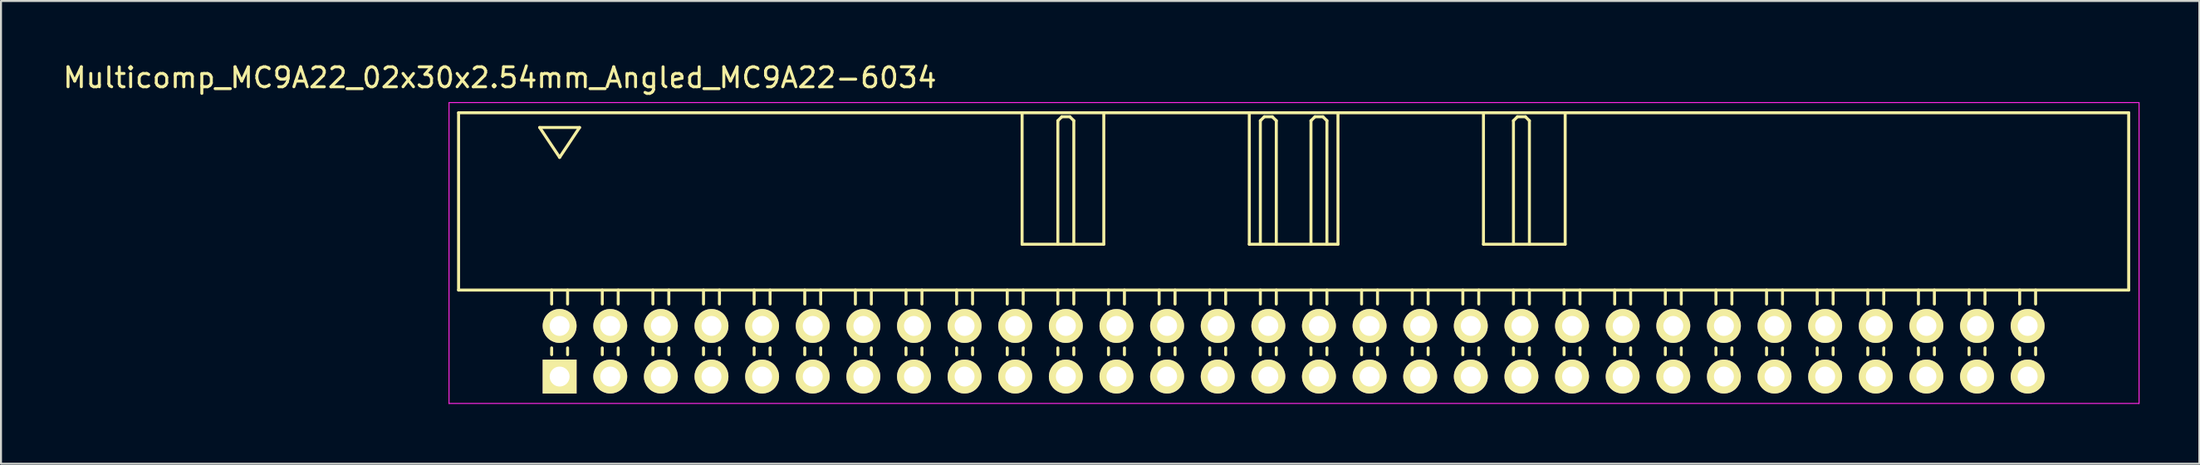
<source format=kicad_pcb>
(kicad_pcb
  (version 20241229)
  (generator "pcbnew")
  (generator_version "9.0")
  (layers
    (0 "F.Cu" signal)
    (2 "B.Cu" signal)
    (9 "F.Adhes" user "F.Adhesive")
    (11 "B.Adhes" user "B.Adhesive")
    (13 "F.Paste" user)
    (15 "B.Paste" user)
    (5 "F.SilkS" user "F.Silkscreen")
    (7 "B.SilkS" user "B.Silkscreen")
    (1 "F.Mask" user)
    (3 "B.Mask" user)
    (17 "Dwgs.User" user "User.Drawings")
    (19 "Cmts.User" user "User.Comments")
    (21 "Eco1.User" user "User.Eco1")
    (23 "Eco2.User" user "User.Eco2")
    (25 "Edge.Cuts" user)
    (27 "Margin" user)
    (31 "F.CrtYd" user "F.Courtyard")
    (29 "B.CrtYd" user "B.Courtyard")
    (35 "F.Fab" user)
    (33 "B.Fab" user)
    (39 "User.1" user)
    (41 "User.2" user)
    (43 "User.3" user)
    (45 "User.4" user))
  (footprint "Multicomp_MC9A22_02x30x2.54mm_Angled_MC9A22-6034"
    (layer "F.Cu")
    (at 25.03 15.848)
    (property "Reference" "Multicomp_MC9A22_02x30x2.54mm_Angled_MC9A22-6034" (at -3 -15 0) (layer "F.SilkS") (effects (font (size 1 1) (thickness 0.15))))
    (attr through_hole)
    (fp_line (start -5.07 -13.24) (end 78.73 -13.24) (stroke (width 0.15) (type solid)) (layer "F.SilkS"))
    (fp_line (start -5.07 -4.34) (end -5.07 -13.24) (stroke (width 0.15) (type solid)) (layer "F.SilkS"))
    (fp_line (start -1 -12.5) (end 1 -12.5) (stroke (width 0.15) (type solid)) (layer "F.SilkS"))
    (fp_line (start -0.4 -3.64) (end -0.4 -4.34) (stroke (width 0.15) (type solid)) (layer "F.SilkS"))
    (fp_line (start -0.4 -1.1) (end -0.4 -1.44) (stroke (width 0.15) (type solid)) (layer "F.SilkS"))
    (fp_line (start 0 -11) (end -1 -12.5) (stroke (width 0.15) (type solid)) (layer "F.SilkS"))
    (fp_line (start 0.4 -3.64) (end 0.4 -4.34) (stroke (width 0.15) (type solid)) (layer "F.SilkS"))
    (fp_line (start 0.4 -1.1) (end 0.4 -1.44) (stroke (width 0.15) (type solid)) (layer "F.SilkS"))
    (fp_line (start 1 -12.5) (end 0 -11) (stroke (width 0.15) (type solid)) (layer "F.SilkS"))
    (fp_line (start 2.14 -3.64) (end 2.14 -4.34) (stroke (width 0.15) (type solid)) (layer "F.SilkS"))
    (fp_line (start 2.14 -1.1) (end 2.14 -1.44) (stroke (width 0.15) (type solid)) (layer "F.SilkS"))
    (fp_line (start 2.94 -3.64) (end 2.94 -4.34) (stroke (width 0.15) (type solid)) (layer "F.SilkS"))
    (fp_line (start 2.94 -1.1) (end 2.94 -1.44) (stroke (width 0.15) (type solid)) (layer "F.SilkS"))
    (fp_line (start 4.68 -3.64) (end 4.68 -4.34) (stroke (width 0.15) (type solid)) (layer "F.SilkS"))
    (fp_line (start 4.68 -1.1) (end 4.68 -1.44) (stroke (width 0.15) (type solid)) (layer "F.SilkS"))
    (fp_line (start 5.48 -3.64) (end 5.48 -4.34) (stroke (width 0.15) (type solid)) (layer "F.SilkS"))
    (fp_line (start 5.48 -1.1) (end 5.48 -1.44) (stroke (width 0.15) (type solid)) (layer "F.SilkS"))
    (fp_line (start 7.22 -3.64) (end 7.22 -4.34) (stroke (width 0.15) (type solid)) (layer "F.SilkS"))
    (fp_line (start 7.22 -1.1) (end 7.22 -1.44) (stroke (width 0.15) (type solid)) (layer "F.SilkS"))
    (fp_line (start 8.02 -3.64) (end 8.02 -4.34) (stroke (width 0.15) (type solid)) (layer "F.SilkS"))
    (fp_line (start 8.02 -1.1) (end 8.02 -1.44) (stroke (width 0.15) (type solid)) (layer "F.SilkS"))
    (fp_line (start 9.76 -3.64) (end 9.76 -4.34) (stroke (width 0.15) (type solid)) (layer "F.SilkS"))
    (fp_line (start 9.76 -1.1) (end 9.76 -1.44) (stroke (width 0.15) (type solid)) (layer "F.SilkS"))
    (fp_line (start 10.56 -3.64) (end 10.56 -4.34) (stroke (width 0.15) (type solid)) (layer "F.SilkS"))
    (fp_line (start 10.56 -1.1) (end 10.56 -1.44) (stroke (width 0.15) (type solid)) (layer "F.SilkS"))
    (fp_line (start 12.3 -3.64) (end 12.3 -4.34) (stroke (width 0.15) (type solid)) (layer "F.SilkS"))
    (fp_line (start 12.3 -1.1) (end 12.3 -1.44) (stroke (width 0.15) (type solid)) (layer "F.SilkS"))
    (fp_line (start 13.1 -3.64) (end 13.1 -4.34) (stroke (width 0.15) (type solid)) (layer "F.SilkS"))
    (fp_line (start 13.1 -1.1) (end 13.1 -1.44) (stroke (width 0.15) (type solid)) (layer "F.SilkS"))
    (fp_line (start 14.84 -3.64) (end 14.84 -4.34) (stroke (width 0.15) (type solid)) (layer "F.SilkS"))
    (fp_line (start 14.84 -1.1) (end 14.84 -1.44) (stroke (width 0.15) (type solid)) (layer "F.SilkS"))
    (fp_line (start 15.64 -3.64) (end 15.64 -4.34) (stroke (width 0.15) (type solid)) (layer "F.SilkS"))
    (fp_line (start 15.64 -1.1) (end 15.64 -1.44) (stroke (width 0.15) (type solid)) (layer "F.SilkS"))
    (fp_line (start 17.38 -3.64) (end 17.38 -4.34) (stroke (width 0.15) (type solid)) (layer "F.SilkS"))
    (fp_line (start 17.38 -1.1) (end 17.38 -1.44) (stroke (width 0.15) (type solid)) (layer "F.SilkS"))
    (fp_line (start 18.18 -3.64) (end 18.18 -4.34) (stroke (width 0.15) (type solid)) (layer "F.SilkS"))
    (fp_line (start 18.18 -1.1) (end 18.18 -1.44) (stroke (width 0.15) (type solid)) (layer "F.SilkS"))
    (fp_line (start 19.92 -3.64) (end 19.92 -4.34) (stroke (width 0.15) (type solid)) (layer "F.SilkS"))
    (fp_line (start 19.92 -1.1) (end 19.92 -1.44) (stroke (width 0.15) (type solid)) (layer "F.SilkS"))
    (fp_line (start 20.72 -3.64) (end 20.72 -4.34) (stroke (width 0.15) (type solid)) (layer "F.SilkS"))
    (fp_line (start 20.72 -1.1) (end 20.72 -1.44) (stroke (width 0.15) (type solid)) (layer "F.SilkS"))
    (fp_line (start 22.46 -3.64) (end 22.46 -4.34) (stroke (width 0.15) (type solid)) (layer "F.SilkS"))
    (fp_line (start 22.46 -1.1) (end 22.46 -1.44) (stroke (width 0.15) (type solid)) (layer "F.SilkS"))
    (fp_line (start 23.205 -6.64) (end 23.205 -13.24) (stroke (width 0.15) (type solid)) (layer "F.SilkS"))
    (fp_line (start 23.26 -3.64) (end 23.26 -4.34) (stroke (width 0.15) (type solid)) (layer "F.SilkS"))
    (fp_line (start 23.26 -1.1) (end 23.26 -1.44) (stroke (width 0.15) (type solid)) (layer "F.SilkS"))
    (fp_line (start 25 -12.84) (end 25.2 -13.04) (stroke (width 0.15) (type solid)) (layer "F.SilkS"))
    (fp_line (start 25 -6.64) (end 25 -12.84) (stroke (width 0.15) (type solid)) (layer "F.SilkS"))
    (fp_line (start 25 -3.64) (end 25 -4.34) (stroke (width 0.15) (type solid)) (layer "F.SilkS"))
    (fp_line (start 25 -1.1) (end 25 -1.44) (stroke (width 0.15) (type solid)) (layer "F.SilkS"))
    (fp_line (start 25.2 -13.04) (end 25.6 -13.04) (stroke (width 0.15) (type solid)) (layer "F.SilkS"))
    (fp_line (start 25.6 -13.04) (end 25.8 -12.84) (stroke (width 0.15) (type solid)) (layer "F.SilkS"))
    (fp_line (start 25.8 -12.84) (end 25.8 -6.64) (stroke (width 0.15) (type solid)) (layer "F.SilkS"))
    (fp_line (start 25.8 -3.64) (end 25.8 -4.34) (stroke (width 0.15) (type solid)) (layer "F.SilkS"))
    (fp_line (start 25.8 -1.1) (end 25.8 -1.44) (stroke (width 0.15) (type solid)) (layer "F.SilkS"))
    (fp_line (start 27.305 -13.24) (end 27.305 -6.64) (stroke (width 0.15) (type solid)) (layer "F.SilkS"))
    (fp_line (start 27.305 -6.64) (end 23.205 -6.64) (stroke (width 0.15) (type solid)) (layer "F.SilkS"))
    (fp_line (start 27.54 -3.64) (end 27.54 -4.34) (stroke (width 0.15) (type solid)) (layer "F.SilkS"))
    (fp_line (start 27.54 -1.1) (end 27.54 -1.44) (stroke (width 0.15) (type solid)) (layer "F.SilkS"))
    (fp_line (start 28.34 -3.64) (end 28.34 -4.34) (stroke (width 0.15) (type solid)) (layer "F.SilkS"))
    (fp_line (start 28.34 -1.1) (end 28.34 -1.44) (stroke (width 0.15) (type solid)) (layer "F.SilkS"))
    (fp_line (start 30.08 -3.64) (end 30.08 -4.34) (stroke (width 0.15) (type solid)) (layer "F.SilkS"))
    (fp_line (start 30.08 -1.1) (end 30.08 -1.44) (stroke (width 0.15) (type solid)) (layer "F.SilkS"))
    (fp_line (start 30.88 -3.64) (end 30.88 -4.34) (stroke (width 0.15) (type solid)) (layer "F.SilkS"))
    (fp_line (start 30.88 -1.1) (end 30.88 -1.44) (stroke (width 0.15) (type solid)) (layer "F.SilkS"))
    (fp_line (start 32.62 -3.64) (end 32.62 -4.34) (stroke (width 0.15) (type solid)) (layer "F.SilkS"))
    (fp_line (start 32.62 -1.1) (end 32.62 -1.44) (stroke (width 0.15) (type solid)) (layer "F.SilkS"))
    (fp_line (start 33.42 -3.64) (end 33.42 -4.34) (stroke (width 0.15) (type solid)) (layer "F.SilkS"))
    (fp_line (start 33.42 -1.1) (end 33.42 -1.44) (stroke (width 0.15) (type solid)) (layer "F.SilkS"))
    (fp_line (start 34.605 -13.24) (end 34.605 -6.64) (stroke (width 0.15) (type solid)) (layer "F.SilkS"))
    (fp_line (start 34.605 -6.64) (end 39.055 -6.64) (stroke (width 0.15) (type solid)) (layer "F.SilkS"))
    (fp_line (start 35.16 -12.84) (end 35.36 -13.04) (stroke (width 0.15) (type solid)) (layer "F.SilkS"))
    (fp_line (start 35.16 -6.64) (end 35.16 -12.84) (stroke (width 0.15) (type solid)) (layer "F.SilkS"))
    (fp_line (start 35.16 -3.64) (end 35.16 -4.34) (stroke (width 0.15) (type solid)) (layer "F.SilkS"))
    (fp_line (start 35.16 -1.1) (end 35.16 -1.44) (stroke (width 0.15) (type solid)) (layer "F.SilkS"))
    (fp_line (start 35.36 -13.04) (end 35.76 -13.04) (stroke (width 0.15) (type solid)) (layer "F.SilkS"))
    (fp_line (start 35.76 -13.04) (end 35.96 -12.84) (stroke (width 0.15) (type solid)) (layer "F.SilkS"))
    (fp_line (start 35.96 -12.84) (end 35.96 -6.64) (stroke (width 0.15) (type solid)) (layer "F.SilkS"))
    (fp_line (start 35.96 -3.64) (end 35.96 -4.34) (stroke (width 0.15) (type solid)) (layer "F.SilkS"))
    (fp_line (start 35.96 -1.1) (end 35.96 -1.44) (stroke (width 0.15) (type solid)) (layer "F.SilkS"))
    (fp_line (start 37.7 -12.84) (end 37.9 -13.04) (stroke (width 0.15) (type solid)) (layer "F.SilkS"))
    (fp_line (start 37.7 -6.64) (end 37.7 -12.84) (stroke (width 0.15) (type solid)) (layer "F.SilkS"))
    (fp_line (start 37.7 -3.64) (end 37.7 -4.34) (stroke (width 0.15) (type solid)) (layer "F.SilkS"))
    (fp_line (start 37.7 -1.1) (end 37.7 -1.44) (stroke (width 0.15) (type solid)) (layer "F.SilkS"))
    (fp_line (start 37.9 -13.04) (end 38.3 -13.04) (stroke (width 0.15) (type solid)) (layer "F.SilkS"))
    (fp_line (start 38.3 -13.04) (end 38.5 -12.84) (stroke (width 0.15) (type solid)) (layer "F.SilkS"))
    (fp_line (start 38.5 -12.84) (end 38.5 -6.64) (stroke (width 0.15) (type solid)) (layer "F.SilkS"))
    (fp_line (start 38.5 -3.64) (end 38.5 -4.34) (stroke (width 0.15) (type solid)) (layer "F.SilkS"))
    (fp_line (start 38.5 -1.1) (end 38.5 -1.44) (stroke (width 0.15) (type solid)) (layer "F.SilkS"))
    (fp_line (start 39.055 -6.64) (end 39.055 -13.24) (stroke (width 0.15) (type solid)) (layer "F.SilkS"))
    (fp_line (start 40.24 -3.64) (end 40.24 -4.34) (stroke (width 0.15) (type solid)) (layer "F.SilkS"))
    (fp_line (start 40.24 -1.1) (end 40.24 -1.44) (stroke (width 0.15) (type solid)) (layer "F.SilkS"))
    (fp_line (start 41.04 -3.64) (end 41.04 -4.34) (stroke (width 0.15) (type solid)) (layer "F.SilkS"))
    (fp_line (start 41.04 -1.1) (end 41.04 -1.44) (stroke (width 0.15) (type solid)) (layer "F.SilkS"))
    (fp_line (start 42.78 -3.64) (end 42.78 -4.34) (stroke (width 0.15) (type solid)) (layer "F.SilkS"))
    (fp_line (start 42.78 -1.1) (end 42.78 -1.44) (stroke (width 0.15) (type solid)) (layer "F.SilkS"))
    (fp_line (start 43.58 -3.64) (end 43.58 -4.34) (stroke (width 0.15) (type solid)) (layer "F.SilkS"))
    (fp_line (start 43.58 -1.1) (end 43.58 -1.44) (stroke (width 0.15) (type solid)) (layer "F.SilkS"))
    (fp_line (start 45.32 -3.64) (end 45.32 -4.34) (stroke (width 0.15) (type solid)) (layer "F.SilkS"))
    (fp_line (start 45.32 -1.1) (end 45.32 -1.44) (stroke (width 0.15) (type solid)) (layer "F.SilkS"))
    (fp_line (start 46.12 -3.64) (end 46.12 -4.34) (stroke (width 0.15) (type solid)) (layer "F.SilkS"))
    (fp_line (start 46.12 -1.1) (end 46.12 -1.44) (stroke (width 0.15) (type solid)) (layer "F.SilkS"))
    (fp_line (start 46.355 -13.24) (end 46.355 -6.64) (stroke (width 0.15) (type solid)) (layer "F.SilkS"))
    (fp_line (start 46.355 -6.64) (end 50.455 -6.64) (stroke (width 0.15) (type solid)) (layer "F.SilkS"))
    (fp_line (start 47.86 -12.84) (end 48.06 -13.04) (stroke (width 0.15) (type solid)) (layer "F.SilkS"))
    (fp_line (start 47.86 -6.64) (end 47.86 -12.84) (stroke (width 0.15) (type solid)) (layer "F.SilkS"))
    (fp_line (start 47.86 -3.64) (end 47.86 -4.34) (stroke (width 0.15) (type solid)) (layer "F.SilkS"))
    (fp_line (start 47.86 -1.1) (end 47.86 -1.44) (stroke (width 0.15) (type solid)) (layer "F.SilkS"))
    (fp_line (start 48.06 -13.04) (end 48.46 -13.04) (stroke (width 0.15) (type solid)) (layer "F.SilkS"))
    (fp_line (start 48.46 -13.04) (end 48.66 -12.84) (stroke (width 0.15) (type solid)) (layer "F.SilkS"))
    (fp_line (start 48.66 -12.84) (end 48.66 -6.64) (stroke (width 0.15) (type solid)) (layer "F.SilkS"))
    (fp_line (start 48.66 -3.64) (end 48.66 -4.34) (stroke (width 0.15) (type solid)) (layer "F.SilkS"))
    (fp_line (start 48.66 -1.1) (end 48.66 -1.44) (stroke (width 0.15) (type solid)) (layer "F.SilkS"))
    (fp_line (start 50.4 -3.64) (end 50.4 -4.34) (stroke (width 0.15) (type solid)) (layer "F.SilkS"))
    (fp_line (start 50.4 -1.1) (end 50.4 -1.44) (stroke (width 0.15) (type solid)) (layer "F.SilkS"))
    (fp_line (start 50.455 -6.64) (end 50.455 -13.24) (stroke (width 0.15) (type solid)) (layer "F.SilkS"))
    (fp_line (start 51.2 -3.64) (end 51.2 -4.34) (stroke (width 0.15) (type solid)) (layer "F.SilkS"))
    (fp_line (start 51.2 -1.1) (end 51.2 -1.44) (stroke (width 0.15) (type solid)) (layer "F.SilkS"))
    (fp_line (start 52.94 -3.64) (end 52.94 -4.34) (stroke (width 0.15) (type solid)) (layer "F.SilkS"))
    (fp_line (start 52.94 -1.1) (end 52.94 -1.44) (stroke (width 0.15) (type solid)) (layer "F.SilkS"))
    (fp_line (start 53.74 -3.64) (end 53.74 -4.34) (stroke (width 0.15) (type solid)) (layer "F.SilkS"))
    (fp_line (start 53.74 -1.1) (end 53.74 -1.44) (stroke (width 0.15) (type solid)) (layer "F.SilkS"))
    (fp_line (start 55.48 -3.64) (end 55.48 -4.34) (stroke (width 0.15) (type solid)) (layer "F.SilkS"))
    (fp_line (start 55.48 -1.1) (end 55.48 -1.44) (stroke (width 0.15) (type solid)) (layer "F.SilkS"))
    (fp_line (start 56.28 -3.64) (end 56.28 -4.34) (stroke (width 0.15) (type solid)) (layer "F.SilkS"))
    (fp_line (start 56.28 -1.1) (end 56.28 -1.44) (stroke (width 0.15) (type solid)) (layer "F.SilkS"))
    (fp_line (start 58.02 -3.64) (end 58.02 -4.34) (stroke (width 0.15) (type solid)) (layer "F.SilkS"))
    (fp_line (start 58.02 -1.1) (end 58.02 -1.44) (stroke (width 0.15) (type solid)) (layer "F.SilkS"))
    (fp_line (start 58.82 -3.64) (end 58.82 -4.34) (stroke (width 0.15) (type solid)) (layer "F.SilkS"))
    (fp_line (start 58.82 -1.1) (end 58.82 -1.44) (stroke (width 0.15) (type solid)) (layer "F.SilkS"))
    (fp_line (start 60.56 -3.64) (end 60.56 -4.34) (stroke (width 0.15) (type solid)) (layer "F.SilkS"))
    (fp_line (start 60.56 -1.1) (end 60.56 -1.44) (stroke (width 0.15) (type solid)) (layer "F.SilkS"))
    (fp_line (start 61.36 -3.64) (end 61.36 -4.34) (stroke (width 0.15) (type solid)) (layer "F.SilkS"))
    (fp_line (start 61.36 -1.1) (end 61.36 -1.44) (stroke (width 0.15) (type solid)) (layer "F.SilkS"))
    (fp_line (start 63.1 -3.64) (end 63.1 -4.34) (stroke (width 0.15) (type solid)) (layer "F.SilkS"))
    (fp_line (start 63.1 -1.1) (end 63.1 -1.44) (stroke (width 0.15) (type solid)) (layer "F.SilkS"))
    (fp_line (start 63.9 -3.64) (end 63.9 -4.34) (stroke (width 0.15) (type solid)) (layer "F.SilkS"))
    (fp_line (start 63.9 -1.1) (end 63.9 -1.44) (stroke (width 0.15) (type solid)) (layer "F.SilkS"))
    (fp_line (start 65.64 -3.64) (end 65.64 -4.34) (stroke (width 0.15) (type solid)) (layer "F.SilkS"))
    (fp_line (start 65.64 -1.1) (end 65.64 -1.44) (stroke (width 0.15) (type solid)) (layer "F.SilkS"))
    (fp_line (start 66.44 -3.64) (end 66.44 -4.34) (stroke (width 0.15) (type solid)) (layer "F.SilkS"))
    (fp_line (start 66.44 -1.1) (end 66.44 -1.44) (stroke (width 0.15) (type solid)) (layer "F.SilkS"))
    (fp_line (start 68.18 -3.64) (end 68.18 -4.34) (stroke (width 0.15) (type solid)) (layer "F.SilkS"))
    (fp_line (start 68.18 -1.1) (end 68.18 -1.44) (stroke (width 0.15) (type solid)) (layer "F.SilkS"))
    (fp_line (start 68.98 -3.64) (end 68.98 -4.34) (stroke (width 0.15) (type solid)) (layer "F.SilkS"))
    (fp_line (start 68.98 -1.1) (end 68.98 -1.44) (stroke (width 0.15) (type solid)) (layer "F.SilkS"))
    (fp_line (start 70.72 -3.64) (end 70.72 -4.34) (stroke (width 0.15) (type solid)) (layer "F.SilkS"))
    (fp_line (start 70.72 -1.1) (end 70.72 -1.44) (stroke (width 0.15) (type solid)) (layer "F.SilkS"))
    (fp_line (start 71.52 -3.64) (end 71.52 -4.34) (stroke (width 0.15) (type solid)) (layer "F.SilkS"))
    (fp_line (start 71.52 -1.1) (end 71.52 -1.44) (stroke (width 0.15) (type solid)) (layer "F.SilkS"))
    (fp_line (start 73.26 -3.64) (end 73.26 -4.34) (stroke (width 0.15) (type solid)) (layer "F.SilkS"))
    (fp_line (start 73.26 -1.1) (end 73.26 -1.44) (stroke (width 0.15) (type solid)) (layer "F.SilkS"))
    (fp_line (start 74.06 -3.64) (end 74.06 -4.34) (stroke (width 0.15) (type solid)) (layer "F.SilkS"))
    (fp_line (start 74.06 -1.1) (end 74.06 -1.44) (stroke (width 0.15) (type solid)) (layer "F.SilkS"))
    (fp_line (start 78.73 -13.24) (end 78.73 -4.34) (stroke (width 0.15) (type solid)) (layer "F.SilkS"))
    (fp_line (start 78.73 -4.34) (end -5.07 -4.34) (stroke (width 0.15) (type solid)) (layer "F.SilkS"))
    (fp_line (start -5.55 -13.75) (end 79.25 -13.75) (stroke (width 0.05) (type solid)) (layer "F.CrtYd"))
    (fp_line (start -5.55 1.35) (end -5.55 -13.75) (stroke (width 0.05) (type solid)) (layer "F.CrtYd"))
    (fp_line (start 79.25 -13.75) (end 79.25 1.35) (stroke (width 0.05) (type solid)) (layer "F.CrtYd"))
    (fp_line (start 79.25 1.35) (end -5.55 1.35) (stroke (width 0.05) (type solid)) (layer "F.CrtYd"))
    (pad "1" thru_hole rect (at 0 0) (size 1.7 1.7) (drill 1) (layers "*.Cu" "*.Mask" "F.SilkS"))
    (pad "2" thru_hole circle (at 0 -2.54) (size 1.7 1.7) (drill 1) (layers "*.Cu" "*.Mask" "F.SilkS"))
    (pad "3" thru_hole circle (at 2.54 0) (size 1.7 1.7) (drill 1) (layers "*.Cu" "*.Mask" "F.SilkS"))
    (pad "4" thru_hole circle (at 2.54 -2.54) (size 1.7 1.7) (drill 1) (layers "*.Cu" "*.Mask" "F.SilkS"))
    (pad "5" thru_hole circle (at 5.08 0) (size 1.7 1.7) (drill 1) (layers "*.Cu" "*.Mask" "F.SilkS"))
    (pad "6" thru_hole circle (at 5.08 -2.54) (size 1.7 1.7) (drill 1) (layers "*.Cu" "*.Mask" "F.SilkS"))
    (pad "7" thru_hole circle (at 7.62 0) (size 1.7 1.7) (drill 1) (layers "*.Cu" "*.Mask" "F.SilkS"))
    (pad "8" thru_hole circle (at 7.62 -2.54) (size 1.7 1.7) (drill 1) (layers "*.Cu" "*.Mask" "F.SilkS"))
    (pad "9" thru_hole circle (at 10.16 0) (size 1.7 1.7) (drill 1) (layers "*.Cu" "*.Mask" "F.SilkS"))
    (pad "10" thru_hole circle (at 10.16 -2.54) (size 1.7 1.7) (drill 1) (layers "*.Cu" "*.Mask" "F.SilkS"))
    (pad "11" thru_hole circle (at 12.7 0) (size 1.7 1.7) (drill 1) (layers "*.Cu" "*.Mask" "F.SilkS"))
    (pad "12" thru_hole circle (at 12.7 -2.54) (size 1.7 1.7) (drill 1) (layers "*.Cu" "*.Mask" "F.SilkS"))
    (pad "13" thru_hole circle (at 15.24 0) (size 1.7 1.7) (drill 1) (layers "*.Cu" "*.Mask" "F.SilkS"))
    (pad "14" thru_hole circle (at 15.24 -2.54) (size 1.7 1.7) (drill 1) (layers "*.Cu" "*.Mask" "F.SilkS"))
    (pad "15" thru_hole circle (at 17.78 0) (size 1.7 1.7) (drill 1) (layers "*.Cu" "*.Mask" "F.SilkS"))
    (pad "16" thru_hole circle (at 17.78 -2.54) (size 1.7 1.7) (drill 1) (layers "*.Cu" "*.Mask" "F.SilkS"))
    (pad "17" thru_hole circle (at 20.32 0) (size 1.7 1.7) (drill 1) (layers "*.Cu" "*.Mask" "F.SilkS"))
    (pad "18" thru_hole circle (at 20.32 -2.54) (size 1.7 1.7) (drill 1) (layers "*.Cu" "*.Mask" "F.SilkS"))
    (pad "19" thru_hole circle (at 22.86 0) (size 1.7 1.7) (drill 1) (layers "*.Cu" "*.Mask" "F.SilkS"))
    (pad "20" thru_hole circle (at 22.86 -2.54) (size 1.7 1.7) (drill 1) (layers "*.Cu" "*.Mask" "F.SilkS"))
    (pad "21" thru_hole circle (at 25.4 0) (size 1.7 1.7) (drill 1) (layers "*.Cu" "*.Mask" "F.SilkS"))
    (pad "22" thru_hole circle (at 25.4 -2.54) (size 1.7 1.7) (drill 1) (layers "*.Cu" "*.Mask" "F.SilkS"))
    (pad "23" thru_hole circle (at 27.94 0) (size 1.7 1.7) (drill 1) (layers "*.Cu" "*.Mask" "F.SilkS"))
    (pad "24" thru_hole circle (at 27.94 -2.54) (size 1.7 1.7) (drill 1) (layers "*.Cu" "*.Mask" "F.SilkS"))
    (pad "25" thru_hole circle (at 30.48 0) (size 1.7 1.7) (drill 1) (layers "*.Cu" "*.Mask" "F.SilkS"))
    (pad "26" thru_hole circle (at 30.48 -2.54) (size 1.7 1.7) (drill 1) (layers "*.Cu" "*.Mask" "F.SilkS"))
    (pad "27" thru_hole circle (at 33.02 0) (size 1.7 1.7) (drill 1) (layers "*.Cu" "*.Mask" "F.SilkS"))
    (pad "28" thru_hole circle (at 33.02 -2.54) (size 1.7 1.7) (drill 1) (layers "*.Cu" "*.Mask" "F.SilkS"))
    (pad "29" thru_hole circle (at 35.56 0) (size 1.7 1.7) (drill 1) (layers "*.Cu" "*.Mask" "F.SilkS"))
    (pad "30" thru_hole circle (at 35.56 -2.54) (size 1.7 1.7) (drill 1) (layers "*.Cu" "*.Mask" "F.SilkS"))
    (pad "31" thru_hole circle (at 38.1 0) (size 1.7 1.7) (drill 1) (layers "*.Cu" "*.Mask" "F.SilkS"))
    (pad "32" thru_hole circle (at 38.1 -2.54) (size 1.7 1.7) (drill 1) (layers "*.Cu" "*.Mask" "F.SilkS"))
    (pad "33" thru_hole circle (at 40.64 0) (size 1.7 1.7) (drill 1) (layers "*.Cu" "*.Mask" "F.SilkS"))
    (pad "34" thru_hole circle (at 40.64 -2.54) (size 1.7 1.7) (drill 1) (layers "*.Cu" "*.Mask" "F.SilkS"))
    (pad "35" thru_hole circle (at 43.18 0) (size 1.7 1.7) (drill 1) (layers "*.Cu" "*.Mask" "F.SilkS"))
    (pad "36" thru_hole circle (at 43.18 -2.54) (size 1.7 1.7) (drill 1) (layers "*.Cu" "*.Mask" "F.SilkS"))
    (pad "37" thru_hole circle (at 45.72 0) (size 1.7 1.7) (drill 1) (layers "*.Cu" "*.Mask" "F.SilkS"))
    (pad "38" thru_hole circle (at 45.72 -2.54) (size 1.7 1.7) (drill 1) (layers "*.Cu" "*.Mask" "F.SilkS"))
    (pad "39" thru_hole circle (at 48.26 0) (size 1.7 1.7) (drill 1) (layers "*.Cu" "*.Mask" "F.SilkS"))
    (pad "40" thru_hole circle (at 48.26 -2.54) (size 1.7 1.7) (drill 1) (layers "*.Cu" "*.Mask" "F.SilkS"))
    (pad "41" thru_hole circle (at 50.8 0) (size 1.7 1.7) (drill 1) (layers "*.Cu" "*.Mask" "F.SilkS"))
    (pad "42" thru_hole circle (at 50.8 -2.54) (size 1.7 1.7) (drill 1) (layers "*.Cu" "*.Mask" "F.SilkS"))
    (pad "43" thru_hole circle (at 53.34 0) (size 1.7 1.7) (drill 1) (layers "*.Cu" "*.Mask" "F.SilkS"))
    (pad "44" thru_hole circle (at 53.34 -2.54) (size 1.7 1.7) (drill 1) (layers "*.Cu" "*.Mask" "F.SilkS"))
    (pad "45" thru_hole circle (at 55.88 0) (size 1.7 1.7) (drill 1) (layers "*.Cu" "*.Mask" "F.SilkS"))
    (pad "46" thru_hole circle (at 55.88 -2.54) (size 1.7 1.7) (drill 1) (layers "*.Cu" "*.Mask" "F.SilkS"))
    (pad "47" thru_hole circle (at 58.42 0) (size 1.7 1.7) (drill 1) (layers "*.Cu" "*.Mask" "F.SilkS"))
    (pad "48" thru_hole circle (at 58.42 -2.54) (size 1.7 1.7) (drill 1) (layers "*.Cu" "*.Mask" "F.SilkS"))
    (pad "49" thru_hole circle (at 60.96 0) (size 1.7 1.7) (drill 1) (layers "*.Cu" "*.Mask" "F.SilkS"))
    (pad "50" thru_hole circle (at 60.96 -2.54) (size 1.7 1.7) (drill 1) (layers "*.Cu" "*.Mask" "F.SilkS"))
    (pad "51" thru_hole circle (at 63.5 0) (size 1.7 1.7) (drill 1) (layers "*.Cu" "*.Mask" "F.SilkS"))
    (pad "52" thru_hole circle (at 63.5 -2.54) (size 1.7 1.7) (drill 1) (layers "*.Cu" "*.Mask" "F.SilkS"))
    (pad "53" thru_hole circle (at 66.04 0) (size 1.7 1.7) (drill 1) (layers "*.Cu" "*.Mask" "F.SilkS"))
    (pad "54" thru_hole circle (at 66.04 -2.54) (size 1.7 1.7) (drill 1) (layers "*.Cu" "*.Mask" "F.SilkS"))
    (pad "55" thru_hole circle (at 68.58 0) (size 1.7 1.7) (drill 1) (layers "*.Cu" "*.Mask" "F.SilkS"))
    (pad "56" thru_hole circle (at 68.58 -2.54) (size 1.7 1.7) (drill 1) (layers "*.Cu" "*.Mask" "F.SilkS"))
    (pad "57" thru_hole circle (at 71.12 0) (size 1.7 1.7) (drill 1) (layers "*.Cu" "*.Mask" "F.SilkS"))
    (pad "58" thru_hole circle (at 71.12 -2.54) (size 1.7 1.7) (drill 1) (layers "*.Cu" "*.Mask" "F.SilkS"))
    (pad "59" thru_hole circle (at 73.66 0) (size 1.7 1.7) (drill 1) (layers "*.Cu" "*.Mask" "F.SilkS"))
    (pad "60" thru_hole circle (at 73.66 -2.54) (size 1.7 1.7) (drill 1) (layers "*.Cu" "*.Mask" "F.SilkS")))
  (gr_rect
    (start -3 -3)
    (end 107.305 20.223)
    (stroke (width 0.1) (type default))
    (fill no)
    (layer "Edge.Cuts")))
</source>
